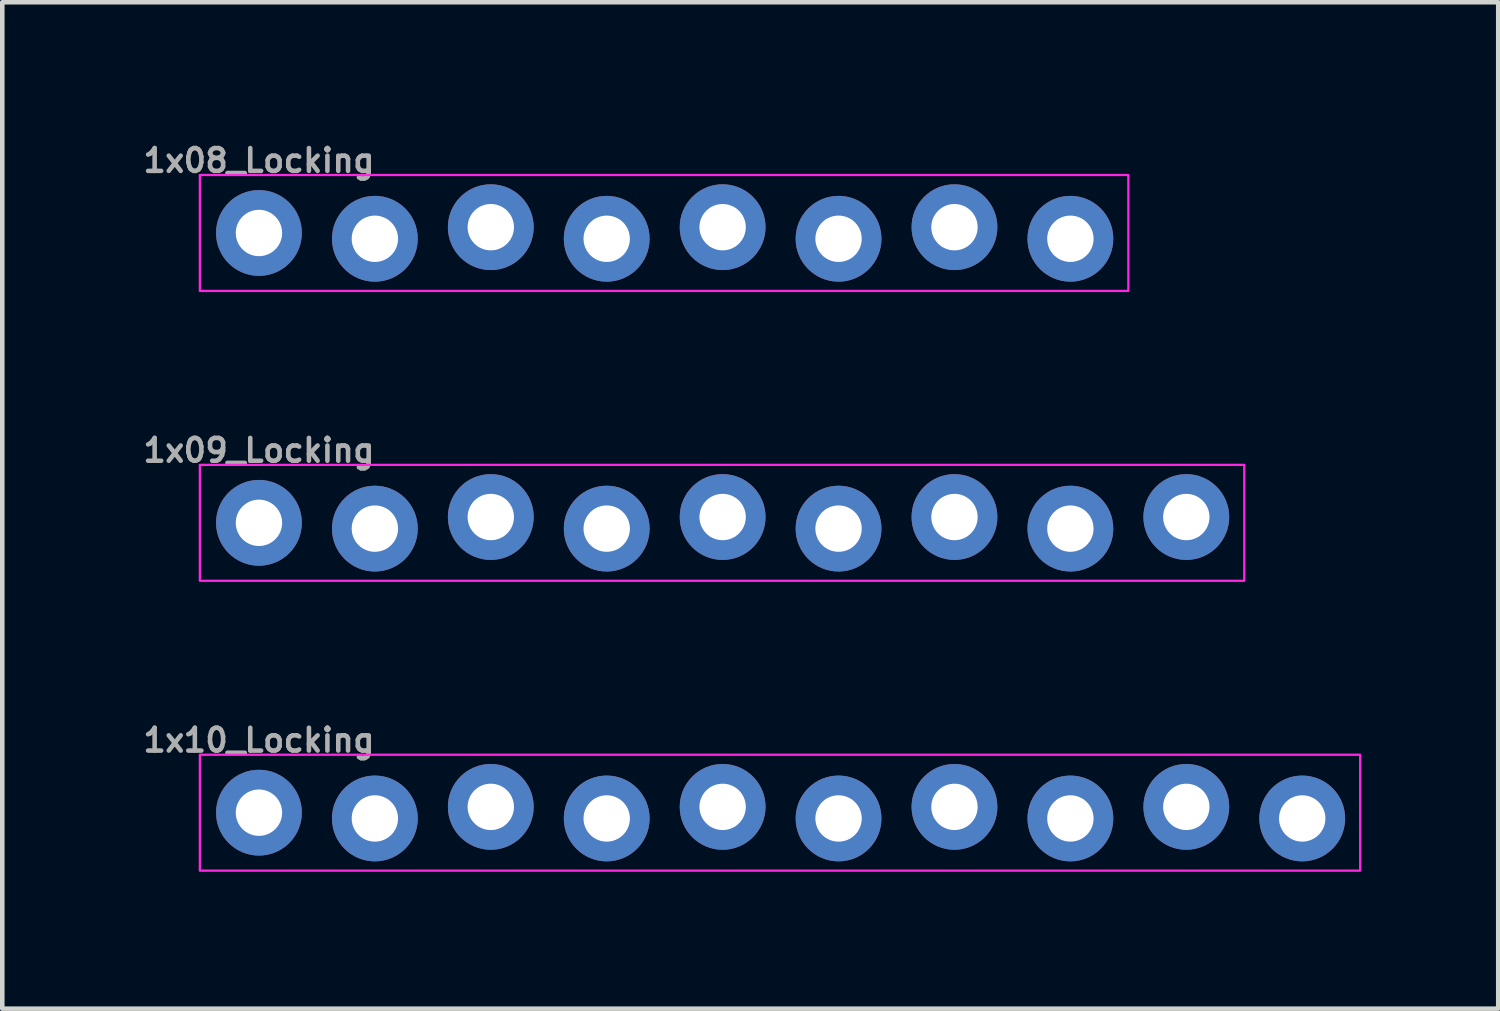
<source format=kicad_pcb>
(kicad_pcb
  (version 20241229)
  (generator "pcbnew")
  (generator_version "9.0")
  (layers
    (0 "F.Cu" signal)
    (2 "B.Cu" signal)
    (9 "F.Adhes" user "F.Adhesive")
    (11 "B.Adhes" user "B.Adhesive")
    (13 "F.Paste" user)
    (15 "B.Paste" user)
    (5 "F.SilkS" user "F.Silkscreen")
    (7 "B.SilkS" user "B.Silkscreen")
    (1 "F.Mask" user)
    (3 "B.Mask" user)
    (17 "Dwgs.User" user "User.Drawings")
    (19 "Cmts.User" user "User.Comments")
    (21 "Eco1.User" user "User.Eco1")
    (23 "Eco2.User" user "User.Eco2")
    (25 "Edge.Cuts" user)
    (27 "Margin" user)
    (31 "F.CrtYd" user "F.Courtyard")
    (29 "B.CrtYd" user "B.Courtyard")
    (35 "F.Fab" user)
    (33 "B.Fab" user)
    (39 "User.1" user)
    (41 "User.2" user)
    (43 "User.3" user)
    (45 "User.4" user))
  (footprint "1x08_Locking"
    (layer "F.Cu")
    (at 2.624 2.055)
    (property "Reference" "1x08_Locking" (at 0 -1.587 0) (layer "F.Fab") (effects (font (size 0.5 0.5) (thickness 0.1))))
    (fp_rect (start -1.295 -1.27) (end 19.05 1.27) (stroke (width 0.05) (type default)) (fill no) (layer "F.CrtYd"))
    (fp_poly (pts (xy -0.254 0.254) (xy 0.254 0.254) (xy 0.254 -0.254) (xy -0.254 -0.254)) (stroke (width 0.1) (type default)) (fill no) (layer "F.Fab"))
    (fp_poly (pts (xy 2.286 0.254) (xy 2.794 0.254) (xy 2.794 -0.254) (xy 2.286 -0.254)) (stroke (width 0.1) (type default)) (fill no) (layer "F.Fab"))
    (fp_poly (pts (xy 4.826 0.254) (xy 5.334 0.254) (xy 5.334 -0.254) (xy 4.826 -0.254)) (stroke (width 0.1) (type default)) (fill no) (layer "F.Fab"))
    (fp_poly (pts (xy 7.366 0.254) (xy 7.874 0.254) (xy 7.874 -0.254) (xy 7.366 -0.254)) (stroke (width 0.1) (type default)) (fill no) (layer "F.Fab"))
    (fp_poly (pts (xy 9.906 0.254) (xy 10.414 0.254) (xy 10.414 -0.254) (xy 9.906 -0.254)) (stroke (width 0.1) (type default)) (fill no) (layer "F.Fab"))
    (fp_poly (pts (xy 12.446 0.254) (xy 12.954 0.254) (xy 12.954 -0.254) (xy 12.446 -0.254)) (stroke (width 0.1) (type default)) (fill no) (layer "F.Fab"))
    (fp_poly (pts (xy 14.986 0.254) (xy 15.494 0.254) (xy 15.494 -0.254) (xy 14.986 -0.254)) (stroke (width 0.1) (type default)) (fill no) (layer "F.Fab"))
    (fp_poly (pts (xy 17.526 0.254) (xy 18.034 0.254) (xy 18.034 -0.254) (xy 17.526 -0.254)) (stroke (width 0.1) (type default)) (fill no) (layer "F.Fab"))
    (pad "1" thru_hole circle (at 0 0 90) (size 1.88 1.88) (drill 1.016) (layers "*.Cu" "*.Mask") (remove_unused_layers yes) (keep_end_layers yes) (zone_layer_connections))
    (pad "2" thru_hole circle (at 2.54 0.127 90) (size 1.88 1.88) (drill 1.016) (layers "*.Cu" "*.Mask") (remove_unused_layers yes) (keep_end_layers yes) (zone_layer_connections))
    (pad "3" thru_hole circle (at 5.08 -0.127 90) (size 1.88 1.88) (drill 1.016) (layers "*.Cu" "*.Mask") (remove_unused_layers yes) (keep_end_layers yes) (zone_layer_connections))
    (pad "4" thru_hole circle (at 7.62 0.127 90) (size 1.88 1.88) (drill 1.016) (layers "*.Cu" "*.Mask") (remove_unused_layers yes) (keep_end_layers yes) (zone_layer_connections))
    (pad "5" thru_hole circle (at 10.16 -0.127 90) (size 1.88 1.88) (drill 1.016) (layers "*.Cu" "*.Mask") (remove_unused_layers yes) (keep_end_layers yes) (zone_layer_connections))
    (pad "6" thru_hole circle (at 12.7 0.127 90) (size 1.88 1.88) (drill 1.016) (layers "*.Cu" "*.Mask") (remove_unused_layers yes) (keep_end_layers yes) (zone_layer_connections))
    (pad "7" thru_hole circle (at 15.24 -0.127 90) (size 1.88 1.88) (drill 1.016) (layers "*.Cu" "*.Mask") (remove_unused_layers yes) (keep_end_layers yes) (zone_layer_connections))
    (pad "8" thru_hole circle (at 17.78 0.127 90) (size 1.88 1.88) (drill 1.016) (layers "*.Cu" "*.Mask") (remove_unused_layers yes) (keep_end_layers yes) (zone_layer_connections)))
  (footprint "1x10_Locking"
    (layer "F.Cu")
    (at 2.624 14.757)
    (property "Reference" "1x10_Locking" (at 0 -1.587 0) (layer "F.Fab") (effects (font (size 0.5 0.5) (thickness 0.1))))
    (fp_rect (start -1.295 -1.27) (end 24.13 1.27) (stroke (width 0.05) (type default)) (fill no) (layer "F.CrtYd"))
    (fp_poly (pts (xy -0.254 0.254) (xy 0.254 0.254) (xy 0.254 -0.254) (xy -0.254 -0.254)) (stroke (width 0.1) (type default)) (fill no) (layer "F.Fab"))
    (fp_poly (pts (xy 2.286 0.254) (xy 2.794 0.254) (xy 2.794 -0.254) (xy 2.286 -0.254)) (stroke (width 0.1) (type default)) (fill no) (layer "F.Fab"))
    (fp_poly (pts (xy 4.826 0.254) (xy 5.334 0.254) (xy 5.334 -0.254) (xy 4.826 -0.254)) (stroke (width 0.1) (type default)) (fill no) (layer "F.Fab"))
    (fp_poly (pts (xy 7.366 0.254) (xy 7.874 0.254) (xy 7.874 -0.254) (xy 7.366 -0.254)) (stroke (width 0.1) (type default)) (fill no) (layer "F.Fab"))
    (fp_poly (pts (xy 9.906 0.254) (xy 10.414 0.254) (xy 10.414 -0.254) (xy 9.906 -0.254)) (stroke (width 0.1) (type default)) (fill no) (layer "F.Fab"))
    (fp_poly (pts (xy 12.446 0.254) (xy 12.954 0.254) (xy 12.954 -0.254) (xy 12.446 -0.254)) (stroke (width 0.1) (type default)) (fill no) (layer "F.Fab"))
    (fp_poly (pts (xy 14.986 0.254) (xy 15.494 0.254) (xy 15.494 -0.254) (xy 14.986 -0.254)) (stroke (width 0.1) (type default)) (fill no) (layer "F.Fab"))
    (fp_poly (pts (xy 17.526 0.254) (xy 18.034 0.254) (xy 18.034 -0.254) (xy 17.526 -0.254)) (stroke (width 0.1) (type default)) (fill no) (layer "F.Fab"))
    (fp_poly (pts (xy 20.066 0.254) (xy 20.574 0.254) (xy 20.574 -0.254) (xy 20.066 -0.254)) (stroke (width 0.1) (type default)) (fill no) (layer "F.Fab"))
    (fp_poly (pts (xy 22.606 0.254) (xy 23.114 0.254) (xy 23.114 -0.254) (xy 22.606 -0.254)) (stroke (width 0.1) (type default)) (fill no) (layer "F.Fab"))
    (pad "1" thru_hole circle (at 0 0 90) (size 1.88 1.88) (drill 1.016) (layers "*.Cu" "*.Mask") (remove_unused_layers yes) (keep_end_layers yes) (zone_layer_connections))
    (pad "2" thru_hole circle (at 2.54 0.127 90) (size 1.88 1.88) (drill 1.016) (layers "*.Cu" "*.Mask") (remove_unused_layers yes) (keep_end_layers yes) (zone_layer_connections))
    (pad "3" thru_hole circle (at 5.08 -0.127 90) (size 1.88 1.88) (drill 1.016) (layers "*.Cu" "*.Mask") (remove_unused_layers yes) (keep_end_layers yes) (zone_layer_connections))
    (pad "4" thru_hole circle (at 7.62 0.127 90) (size 1.88 1.88) (drill 1.016) (layers "*.Cu" "*.Mask") (remove_unused_layers yes) (keep_end_layers yes) (zone_layer_connections))
    (pad "5" thru_hole circle (at 10.16 -0.127 90) (size 1.88 1.88) (drill 1.016) (layers "*.Cu" "*.Mask") (remove_unused_layers yes) (keep_end_layers yes) (zone_layer_connections))
    (pad "6" thru_hole circle (at 12.7 0.127 90) (size 1.88 1.88) (drill 1.016) (layers "*.Cu" "*.Mask") (remove_unused_layers yes) (keep_end_layers yes) (zone_layer_connections))
    (pad "7" thru_hole circle (at 15.24 -0.127 90) (size 1.88 1.88) (drill 1.016) (layers "*.Cu" "*.Mask") (remove_unused_layers yes) (keep_end_layers yes) (zone_layer_connections))
    (pad "8" thru_hole circle (at 17.78 0.127 90) (size 1.88 1.88) (drill 1.016) (layers "*.Cu" "*.Mask") (remove_unused_layers yes) (keep_end_layers yes) (zone_layer_connections))
    (pad "9" thru_hole circle (at 20.32 -0.127 90) (size 1.88 1.88) (drill 1.016) (layers "*.Cu" "*.Mask") (remove_unused_layers yes) (keep_end_layers yes) (zone_layer_connections))
    (pad "10" thru_hole circle (at 22.86 0.127 90) (size 1.88 1.88) (drill 1.016) (layers "*.Cu" "*.Mask") (remove_unused_layers yes) (keep_end_layers yes) (zone_layer_connections)))
  (footprint "1x09_Locking"
    (layer "F.Cu")
    (at 2.624 8.406)
    (property "Reference" "1x09_Locking" (at 0 -1.587 0) (layer "F.Fab") (effects (font (size 0.5 0.5) (thickness 0.1))))
    (fp_rect (start -1.295 -1.27) (end 21.59 1.27) (stroke (width 0.05) (type default)) (fill no) (layer "F.CrtYd"))
    (fp_poly (pts (xy -0.254 0.254) (xy 0.254 0.254) (xy 0.254 -0.254) (xy -0.254 -0.254)) (stroke (width 0.1) (type default)) (fill no) (layer "F.Fab"))
    (fp_poly (pts (xy 2.286 0.254) (xy 2.794 0.254) (xy 2.794 -0.254) (xy 2.286 -0.254)) (stroke (width 0.1) (type default)) (fill no) (layer "F.Fab"))
    (fp_poly (pts (xy 4.826 0.254) (xy 5.334 0.254) (xy 5.334 -0.254) (xy 4.826 -0.254)) (stroke (width 0.1) (type default)) (fill no) (layer "F.Fab"))
    (fp_poly (pts (xy 7.366 0.254) (xy 7.874 0.254) (xy 7.874 -0.254) (xy 7.366 -0.254)) (stroke (width 0.1) (type default)) (fill no) (layer "F.Fab"))
    (fp_poly (pts (xy 9.906 0.254) (xy 10.414 0.254) (xy 10.414 -0.254) (xy 9.906 -0.254)) (stroke (width 0.1) (type default)) (fill no) (layer "F.Fab"))
    (fp_poly (pts (xy 12.446 0.254) (xy 12.954 0.254) (xy 12.954 -0.254) (xy 12.446 -0.254)) (stroke (width 0.1) (type default)) (fill no) (layer "F.Fab"))
    (fp_poly (pts (xy 14.986 0.254) (xy 15.494 0.254) (xy 15.494 -0.254) (xy 14.986 -0.254)) (stroke (width 0.1) (type default)) (fill no) (layer "F.Fab"))
    (fp_poly (pts (xy 17.526 0.254) (xy 18.034 0.254) (xy 18.034 -0.254) (xy 17.526 -0.254)) (stroke (width 0.1) (type default)) (fill no) (layer "F.Fab"))
    (fp_poly (pts (xy 20.066 0.254) (xy 20.574 0.254) (xy 20.574 -0.254) (xy 20.066 -0.254)) (stroke (width 0.1) (type default)) (fill no) (layer "F.Fab"))
    (pad "1" thru_hole circle (at 0 0 90) (size 1.88 1.88) (drill 1.016) (layers "*.Cu" "*.Mask") (remove_unused_layers yes) (keep_end_layers yes) (zone_layer_connections))
    (pad "2" thru_hole circle (at 2.54 0.127 90) (size 1.88 1.88) (drill 1.016) (layers "*.Cu" "*.Mask") (remove_unused_layers yes) (keep_end_layers yes) (zone_layer_connections))
    (pad "3" thru_hole circle (at 5.08 -0.127 90) (size 1.88 1.88) (drill 1.016) (layers "*.Cu" "*.Mask") (remove_unused_layers yes) (keep_end_layers yes) (zone_layer_connections))
    (pad "4" thru_hole circle (at 7.62 0.127 90) (size 1.88 1.88) (drill 1.016) (layers "*.Cu" "*.Mask") (remove_unused_layers yes) (keep_end_layers yes) (zone_layer_connections))
    (pad "5" thru_hole circle (at 10.16 -0.127 90) (size 1.88 1.88) (drill 1.016) (layers "*.Cu" "*.Mask") (remove_unused_layers yes) (keep_end_layers yes) (zone_layer_connections))
    (pad "6" thru_hole circle (at 12.7 0.127 90) (size 1.88 1.88) (drill 1.016) (layers "*.Cu" "*.Mask") (remove_unused_layers yes) (keep_end_layers yes) (zone_layer_connections))
    (pad "7" thru_hole circle (at 15.24 -0.127 90) (size 1.88 1.88) (drill 1.016) (layers "*.Cu" "*.Mask") (remove_unused_layers yes) (keep_end_layers yes) (zone_layer_connections))
    (pad "8" thru_hole circle (at 17.78 0.127 90) (size 1.88 1.88) (drill 1.016) (layers "*.Cu" "*.Mask") (remove_unused_layers yes) (keep_end_layers yes) (zone_layer_connections))
    (pad "9" thru_hole circle (at 20.32 -0.127 90) (size 1.88 1.88) (drill 1.016) (layers "*.Cu" "*.Mask") (remove_unused_layers yes) (keep_end_layers yes) (zone_layer_connections)))
  (gr_rect
    (start -3 -3)
    (end 29.779 19.052)
    (stroke (width 0.1) (type default))
    (fill no)
    (layer "Edge.Cuts")))
</source>
